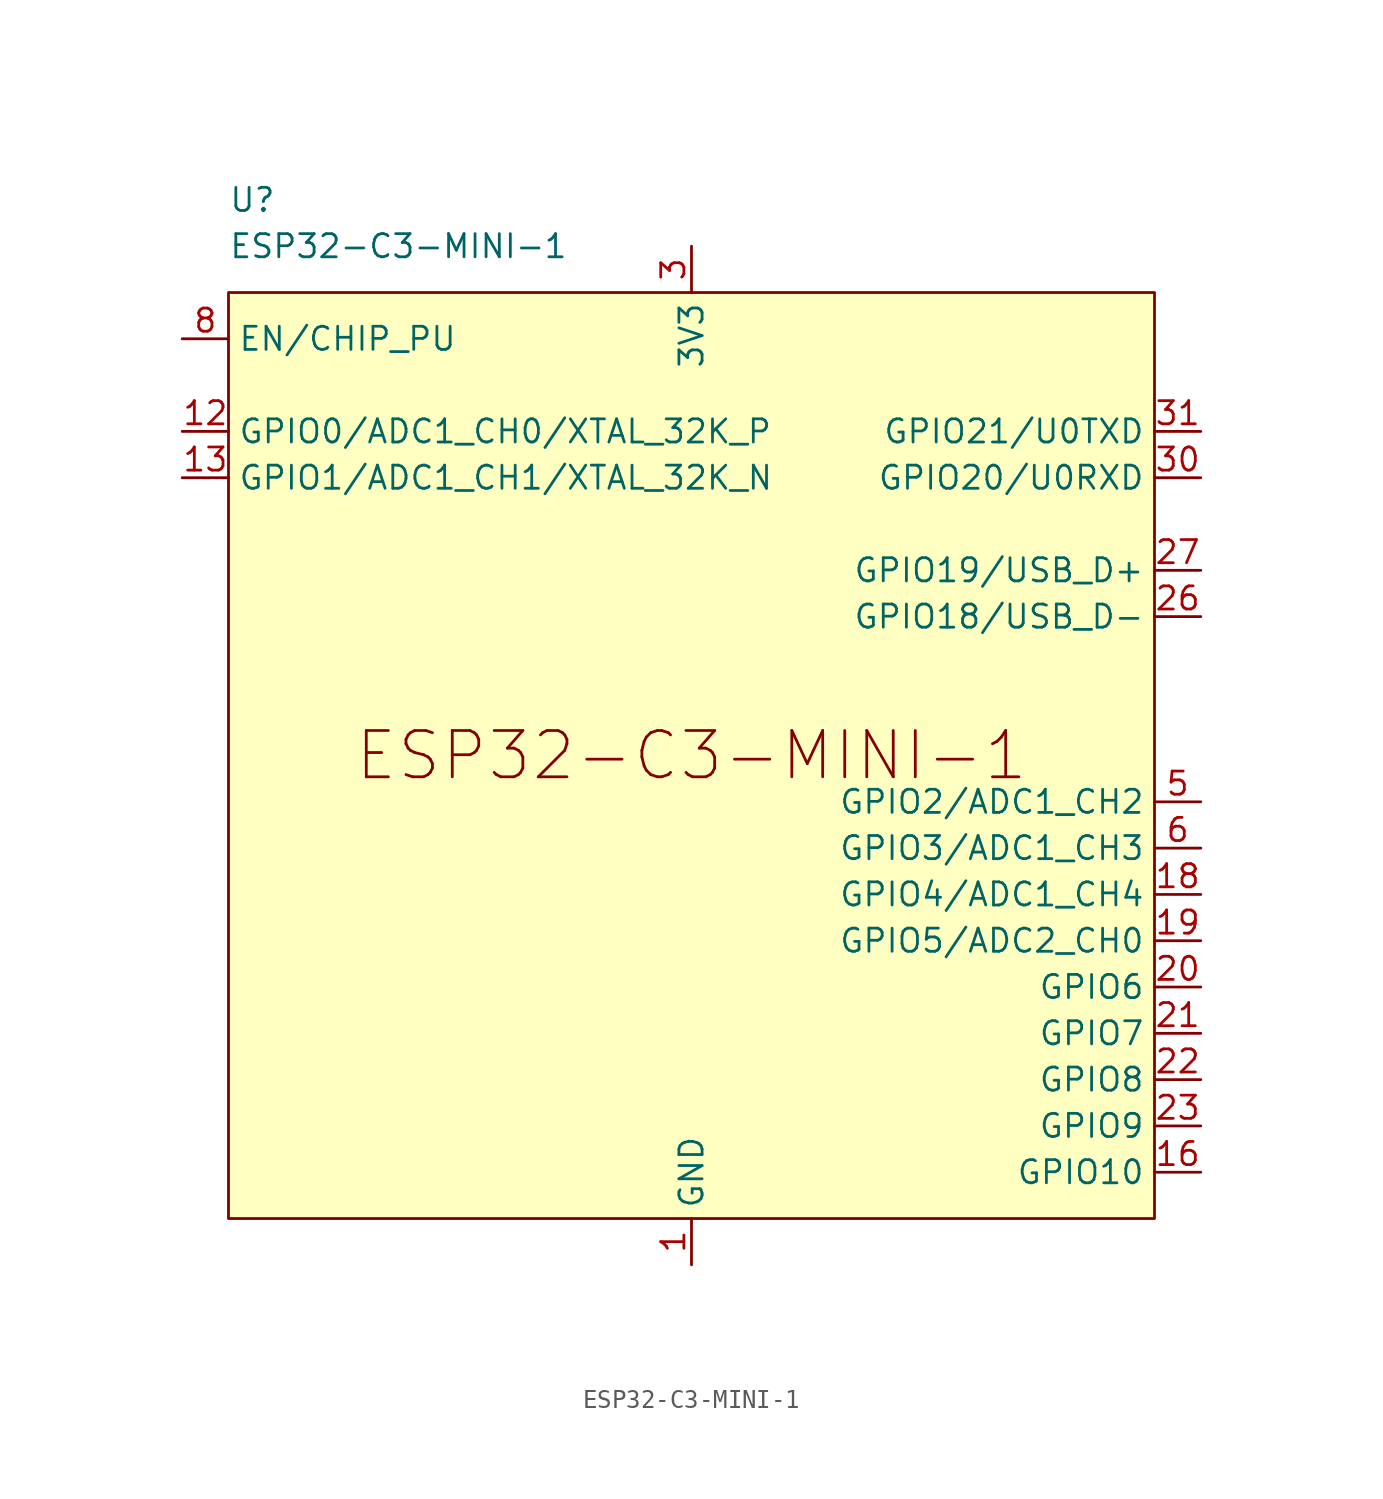
<source format=kicad_sym>
(kicad_symbol_lib
  (version 20220914)
  (generator kicad_symbol_editor)
  (symbol "ESP32-C3-MINI-1"
    (property "Reference" "U"
      (at -25.4 30.48 0)
      (effects (font (size 1.27 1.27)) (justify left)))
    (property "Value" "ESP32-C3-MINI-1"
      (at -25.4 27.94 0)
      (effects (font (size 1.27 1.27)) (justify left)))
    (symbol "ESP32-C3-MINI-1_0_0"
      (text "ESP32-C3-MINI-1" (at 0 0 0) (effects (font (size 2.54 2.54)))))
    (symbol "ESP32-C3-MINI-1_0_1"
      (rectangle (start -25.4 25.4) (end 25.4 -25.4) (stroke (width 0) (type default)) (fill (type background))))
    (symbol "ESP32-C3-MINI-1_1_1"
      (pin power_in line (at 0 -27.94 90) (length 2.54) (name "GND" (effects (font (size 1.27 1.27)))) (number "1" (effects (font (size 1.27 1.27)))))
      (pin no_connect line (at -25.4 2.54 0) (length 2.54) hide (name "NC" (effects (font (size 1.27 1.27)))) (number "10" (effects (font (size 1.27 1.27)))))
      (pin passive line (at 0 -27.94 90) (length 2.54) hide (name "GND" (effects (font (size 1.27 1.27)))) (number "11" (effects (font (size 1.27 1.27)))))
      (pin bidirectional line (at -27.94 17.78 0) (length 2.54) (name "GPIO0/ADC1_CH0/XTAL_32K_P" (effects (font (size 1.27 1.27)))) (number "12" (effects (font (size 1.27 1.27)))))
      (pin bidirectional line (at -27.94 15.24 0) (length 2.54) (name "GPIO1/ADC1_CH1/XTAL_32K_N" (effects (font (size 1.27 1.27)))) (number "13" (effects (font (size 1.27 1.27)))))
      (pin passive line (at 0 -27.94 90) (length 2.54) hide (name "GND" (effects (font (size 1.27 1.27)))) (number "14" (effects (font (size 1.27 1.27)))))
      (pin no_connect line (at -25.4 0 0) (length 2.54) hide (name "NC" (effects (font (size 1.27 1.27)))) (number "15" (effects (font (size 1.27 1.27)))))
      (pin bidirectional line (at 27.94 -22.86 180) (length 2.54) (name "GPIO10" (effects (font (size 1.27 1.27)))) (number "16" (effects (font (size 1.27 1.27)))))
      (pin no_connect line (at -25.4 -2.54 0) (length 2.54) hide (name "NC" (effects (font (size 1.27 1.27)))) (number "17" (effects (font (size 1.27 1.27)))))
      (pin bidirectional line (at 27.94 -7.62 180) (length 2.54) (name "GPIO4/ADC1_CH4" (effects (font (size 1.27 1.27)))) (number "18" (effects (font (size 1.27 1.27)))))
      (pin bidirectional line (at 27.94 -10.16 180) (length 2.54) (name "GPIO5/ADC2_CH0" (effects (font (size 1.27 1.27)))) (number "19" (effects (font (size 1.27 1.27)))))
      (pin passive line (at 0 -27.94 90) (length 2.54) hide (name "GND" (effects (font (size 1.27 1.27)))) (number "2" (effects (font (size 1.27 1.27)))))
      (pin bidirectional line (at 27.94 -12.7 180) (length 2.54) (name "GPIO6" (effects (font (size 1.27 1.27)))) (number "20" (effects (font (size 1.27 1.27)))))
      (pin bidirectional line (at 27.94 -15.24 180) (length 2.54) (name "GPIO7" (effects (font (size 1.27 1.27)))) (number "21" (effects (font (size 1.27 1.27)))))
      (pin bidirectional line (at 27.94 -17.78 180) (length 2.54) (name "GPIO8" (effects (font (size 1.27 1.27)))) (number "22" (effects (font (size 1.27 1.27)))))
      (pin bidirectional line (at 27.94 -20.32 180) (length 2.54) (name "GPIO9" (effects (font (size 1.27 1.27)))) (number "23" (effects (font (size 1.27 1.27)))))
      (pin no_connect line (at -25.4 -5.08 0) (length 2.54) hide (name "NC" (effects (font (size 1.27 1.27)))) (number "24" (effects (font (size 1.27 1.27)))))
      (pin no_connect line (at -25.4 -7.62 0) (length 2.54) hide (name "NC" (effects (font (size 1.27 1.27)))) (number "25" (effects (font (size 1.27 1.27)))))
      (pin bidirectional line (at 27.94 7.62 180) (length 2.54) (name "GPIO18/USB_D-" (effects (font (size 1.27 1.27)))) (number "26" (effects (font (size 1.27 1.27)))))
      (pin bidirectional line (at 27.94 10.16 180) (length 2.54) (name "GPIO19/USB_D+" (effects (font (size 1.27 1.27)))) (number "27" (effects (font (size 1.27 1.27)))))
      (pin no_connect line (at -25.4 -10.16 0) (length 2.54) hide (name "NC" (effects (font (size 1.27 1.27)))) (number "28" (effects (font (size 1.27 1.27)))))
      (pin no_connect line (at -25.4 -12.7 0) (length 2.54) hide (name "NC" (effects (font (size 1.27 1.27)))) (number "29" (effects (font (size 1.27 1.27)))))
      (pin power_in line (at 0 27.94 270) (length 2.54) (name "3V3" (effects (font (size 1.27 1.27)))) (number "3" (effects (font (size 1.27 1.27)))))
      (pin bidirectional line (at 27.94 15.24 180) (length 2.54) (name "GPIO20/U0RXD" (effects (font (size 1.27 1.27)))) (number "30" (effects (font (size 1.27 1.27)))))
      (pin bidirectional line (at 27.94 17.78 180) (length 2.54) (name "GPIO21/U0TXD" (effects (font (size 1.27 1.27)))) (number "31" (effects (font (size 1.27 1.27)))))
      (pin no_connect line (at -25.4 -15.24 0) (length 2.54) hide (name "NC" (effects (font (size 1.27 1.27)))) (number "32" (effects (font (size 1.27 1.27)))))
      (pin no_connect line (at -25.4 -17.78 0) (length 2.54) hide (name "NC" (effects (font (size 1.27 1.27)))) (number "33" (effects (font (size 1.27 1.27)))))
      (pin no_connect line (at -25.4 -20.32 0) (length 2.54) hide (name "NC" (effects (font (size 1.27 1.27)))) (number "34" (effects (font (size 1.27 1.27)))))
      (pin no_connect line (at -25.4 -22.86 0) (length 2.54) hide (name "NC" (effects (font (size 1.27 1.27)))) (number "35" (effects (font (size 1.27 1.27)))))
      (pin passive line (at -0.02 -28.033 90) (length 2.54) hide (name "GND" (effects (font (size 1.27 1.27)))) (number "36" (effects (font (size 1.27 1.27)))))
      (pin passive line (at -0.02 -28.033 90) (length 2.54) hide (name "GND" (effects (font (size 1.27 1.27)))) (number "37" (effects (font (size 1.27 1.27)))))
      (pin passive line (at -0.02 -28.033 90) (length 2.54) hide (name "GND" (effects (font (size 1.27 1.27)))) (number "38" (effects (font (size 1.27 1.27)))))
      (pin passive line (at -0.02 -28.033 90) (length 2.54) hide (name "GND" (effects (font (size 1.27 1.27)))) (number "39" (effects (font (size 1.27 1.27)))))
      (pin no_connect line (at -25.4 10.16 0) (length 2.54) hide (name "NC" (effects (font (size 1.27 1.27)))) (number "4" (effects (font (size 1.27 1.27)))))
      (pin passive line (at -0.02 -28.033 90) (length 2.54) hide (name "GND" (effects (font (size 1.27 1.27)))) (number "40" (effects (font (size 1.27 1.27)))))
      (pin passive line (at -0.02 -28.033 90) (length 2.54) hide (name "GND" (effects (font (size 1.27 1.27)))) (number "41" (effects (font (size 1.27 1.27)))))
      (pin passive line (at -0.02 -28.033 90) (length 2.54) hide (name "GND" (effects (font (size 1.27 1.27)))) (number "42" (effects (font (size 1.27 1.27)))))
      (pin passive line (at -0.02 -28.033 90) (length 2.54) hide (name "GND" (effects (font (size 1.27 1.27)))) (number "43" (effects (font (size 1.27 1.27)))))
      (pin passive line (at -0.02 -28.033 90) (length 2.54) hide (name "GND" (effects (font (size 1.27 1.27)))) (number "44" (effects (font (size 1.27 1.27)))))
      (pin passive line (at -0.02 -28.033 90) (length 2.54) hide (name "GND" (effects (font (size 1.27 1.27)))) (number "45" (effects (font (size 1.27 1.27)))))
      (pin passive line (at -0.02 -28.033 90) (length 2.54) hide (name "GND" (effects (font (size 1.27 1.27)))) (number "46" (effects (font (size 1.27 1.27)))))
      (pin passive line (at -0.02 -28.033 90) (length 2.54) hide (name "GND" (effects (font (size 1.27 1.27)))) (number "47" (effects (font (size 1.27 1.27)))))
      (pin passive line (at -0.02 -28.033 90) (length 2.54) hide (name "GND" (effects (font (size 1.27 1.27)))) (number "48" (effects (font (size 1.27 1.27)))))
      (pin passive line (at -0.02 -28.033 90) (length 2.54) hide (name "GND" (effects (font (size 1.27 1.27)))) (number "49" (effects (font (size 1.27 1.27)))))
      (pin bidirectional line (at 27.94 -2.54 180) (length 2.54) (name "GPIO2/ADC1_CH2" (effects (font (size 1.27 1.27)))) (number "5" (effects (font (size 1.27 1.27)))))
      (pin passive line (at -0.02 -28.033 90) (length 2.54) hide (name "GND" (effects (font (size 1.27 1.27)))) (number "50" (effects (font (size 1.27 1.27)))))
      (pin passive line (at -0.02 -28.033 90) (length 2.54) hide (name "GND" (effects (font (size 1.27 1.27)))) (number "51" (effects (font (size 1.27 1.27)))))
      (pin passive line (at -0.02 -28.033 90) (length 2.54) hide (name "GND" (effects (font (size 1.27 1.27)))) (number "52" (effects (font (size 1.27 1.27)))))
      (pin passive line (at -0.02 -28.033 90) (length 2.54) hide (name "GND" (effects (font (size 1.27 1.27)))) (number "53" (effects (font (size 1.27 1.27)))))
      (pin bidirectional line (at 27.94 -5.08 180) (length 2.54) (name "GPIO3/ADC1_CH3" (effects (font (size 1.27 1.27)))) (number "6" (effects (font (size 1.27 1.27)))))
      (pin no_connect line (at -25.4 7.62 0) (length 2.54) hide (name "NC" (effects (font (size 1.27 1.27)))) (number "7" (effects (font (size 1.27 1.27)))))
      (pin input line (at -27.94 22.86 0) (length 2.54) (name "EN/CHIP_PU" (effects (font (size 1.27 1.27)))) (number "8" (effects (font (size 1.27 1.27)))))
      (pin no_connect line (at -25.4 5.08 0) (length 2.54) hide (name "NC" (effects (font (size 1.27 1.27)))) (number "9" (effects (font (size 1.27 1.27))))))))
</source>
